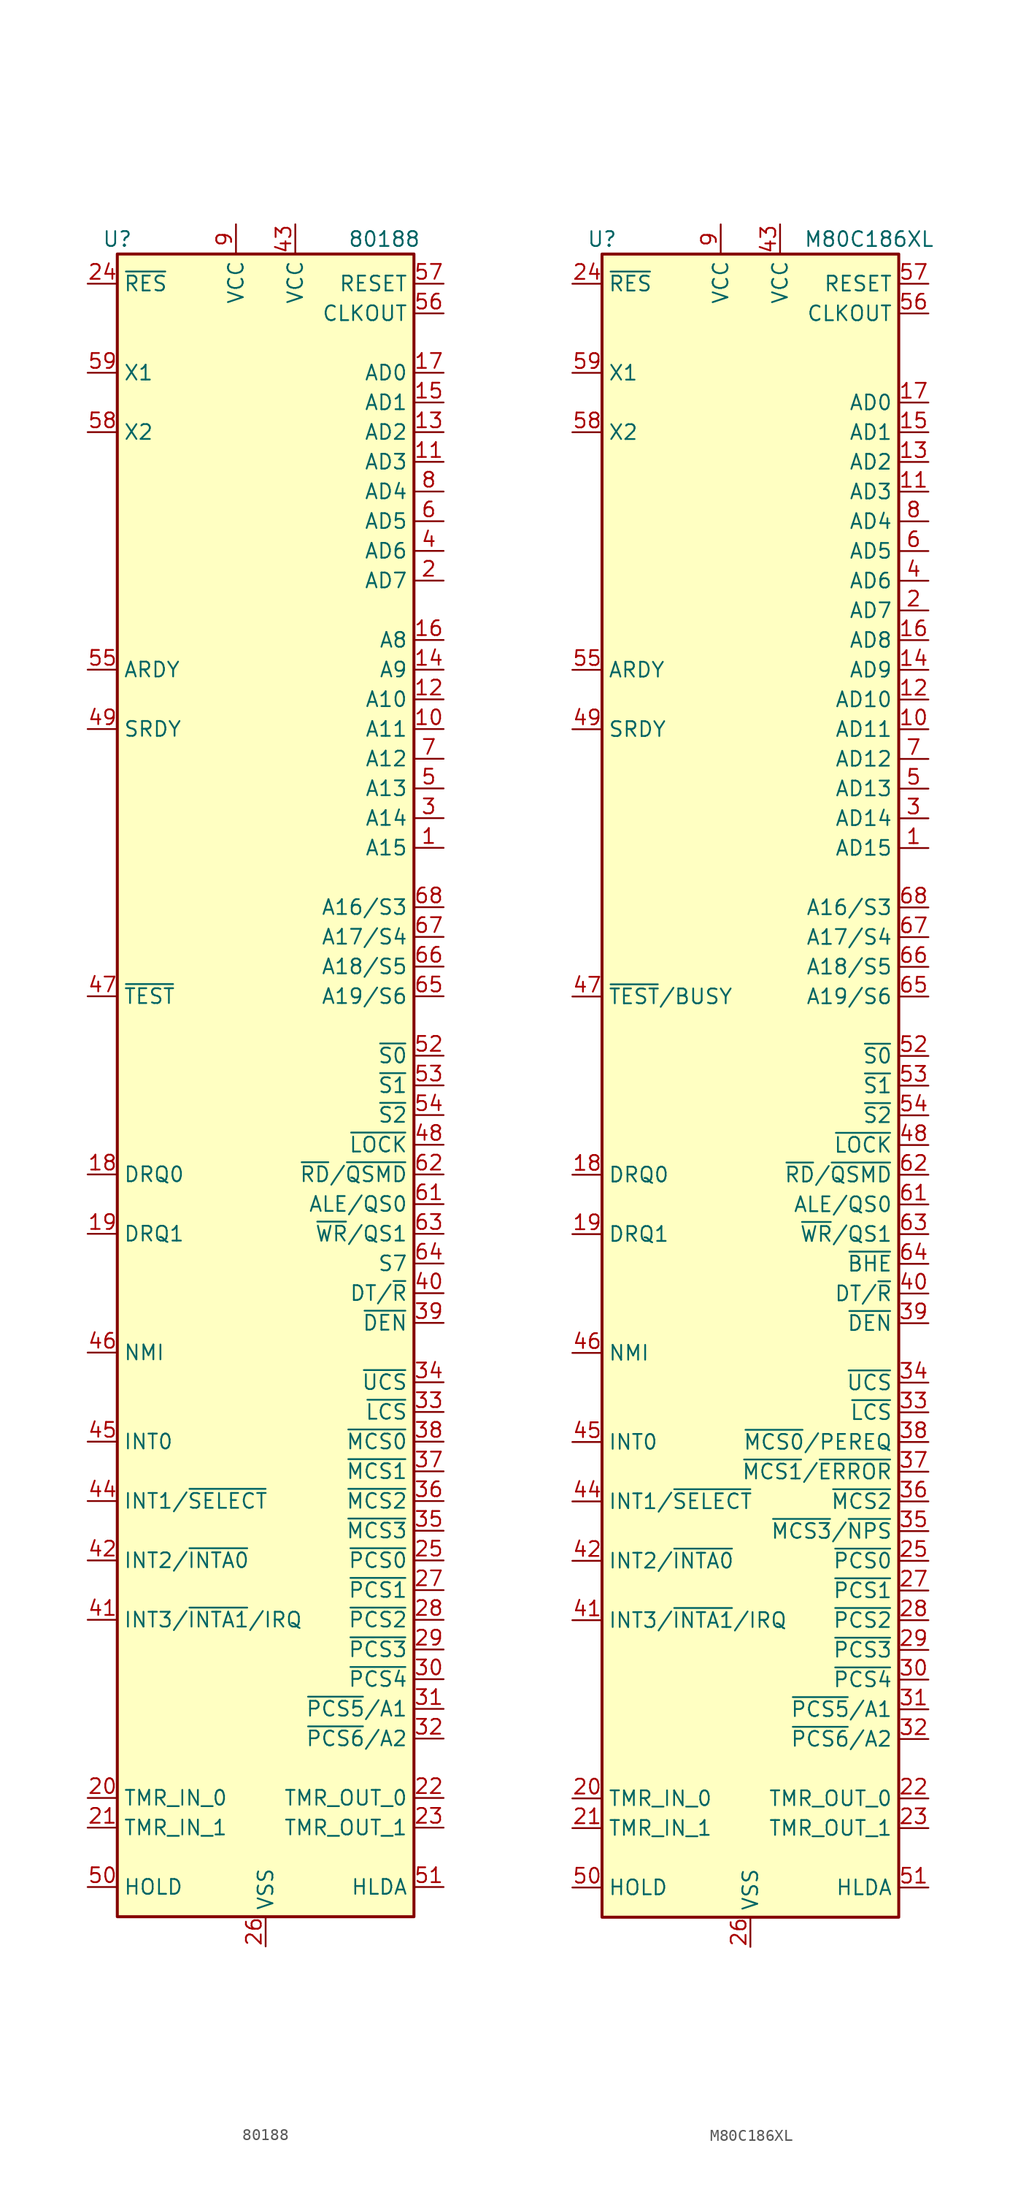
<source format=kicad_sym>
(kicad_symbol_lib
  (version 20201005)
  (generator kicad_symbol_editor)
  (symbol "80188"
    (property "Reference" "U"
      (at -12.7 72.39 0)
      (effects (font (size 1.27 1.27))))
    (property "Value" "80188"
      (at 10.16 72.39 0)
      (effects (font (size 1.27 1.27))))
    (symbol "80188_0_1"
      (rectangle (start 12.7 -71.12) (end -12.7 71.12) (stroke (width 0.254)) (fill (type background))))
    (symbol "80188_1_1"
      (pin output line (at 15.24 20.32 180) (length 2.54) (name "A15" (effects (font (size 1.27 1.27)))) (number "1" (effects (font (size 1.27 1.27)))))
      (pin output line (at 15.24 30.48 180) (length 2.54) (name "A11" (effects (font (size 1.27 1.27)))) (number "10" (effects (font (size 1.27 1.27)))))
      (pin bidirectional line (at 15.24 53.34 180) (length 2.54) (name "AD3" (effects (font (size 1.27 1.27)))) (number "11" (effects (font (size 1.27 1.27)))))
      (pin output line (at 15.24 33.02 180) (length 2.54) (name "A10" (effects (font (size 1.27 1.27)))) (number "12" (effects (font (size 1.27 1.27)))))
      (pin bidirectional line (at 15.24 55.88 180) (length 2.54) (name "AD2" (effects (font (size 1.27 1.27)))) (number "13" (effects (font (size 1.27 1.27)))))
      (pin output line (at 15.24 35.56 180) (length 2.54) (name "A9" (effects (font (size 1.27 1.27)))) (number "14" (effects (font (size 1.27 1.27)))))
      (pin bidirectional line (at 15.24 58.42 180) (length 2.54) (name "AD1" (effects (font (size 1.27 1.27)))) (number "15" (effects (font (size 1.27 1.27)))))
      (pin output line (at 15.24 38.1 180) (length 2.54) (name "A8" (effects (font (size 1.27 1.27)))) (number "16" (effects (font (size 1.27 1.27)))))
      (pin bidirectional line (at 15.24 60.96 180) (length 2.54) (name "AD0" (effects (font (size 1.27 1.27)))) (number "17" (effects (font (size 1.27 1.27)))))
      (pin input line (at -15.24 -7.62 0) (length 2.54) (name "DRQ0" (effects (font (size 1.27 1.27)))) (number "18" (effects (font (size 1.27 1.27)))))
      (pin input line (at -15.24 -12.7 0) (length 2.54) (name "DRQ1" (effects (font (size 1.27 1.27)))) (number "19" (effects (font (size 1.27 1.27)))))
      (pin bidirectional line (at 15.24 43.18 180) (length 2.54) (name "AD7" (effects (font (size 1.27 1.27)))) (number "2" (effects (font (size 1.27 1.27)))))
      (pin input line (at -15.24 -60.96 0) (length 2.54) (name "TMR_IN_0" (effects (font (size 1.27 1.27)))) (number "20" (effects (font (size 1.27 1.27)))))
      (pin input line (at -15.24 -63.5 0) (length 2.54) (name "TMR_IN_1" (effects (font (size 1.27 1.27)))) (number "21" (effects (font (size 1.27 1.27)))))
      (pin output line (at 15.24 -60.96 180) (length 2.54) (name "TMR_OUT_0" (effects (font (size 1.27 1.27)))) (number "22" (effects (font (size 1.27 1.27)))))
      (pin output line (at 15.24 -63.5 180) (length 2.54) (name "TMR_OUT_1" (effects (font (size 1.27 1.27)))) (number "23" (effects (font (size 1.27 1.27)))))
      (pin input line (at -15.24 68.58 0) (length 2.54) (name "~RES~" (effects (font (size 1.27 1.27)))) (number "24" (effects (font (size 1.27 1.27)))))
      (pin output line (at 15.24 -40.64 180) (length 2.54) (name "~PCS0~" (effects (font (size 1.27 1.27)))) (number "25" (effects (font (size 1.27 1.27)))))
      (pin power_in line (at 0 -73.66 90) (length 2.54) (name "VSS" (effects (font (size 1.27 1.27)))) (number "26" (effects (font (size 1.27 1.27)))))
      (pin output line (at 15.24 -43.18 180) (length 2.54) (name "~PCS1~" (effects (font (size 1.27 1.27)))) (number "27" (effects (font (size 1.27 1.27)))))
      (pin output line (at 15.24 -45.72 180) (length 2.54) (name "~PCS2~" (effects (font (size 1.27 1.27)))) (number "28" (effects (font (size 1.27 1.27)))))
      (pin output line (at 15.24 -48.26 180) (length 2.54) (name "~PCS3~" (effects (font (size 1.27 1.27)))) (number "29" (effects (font (size 1.27 1.27)))))
      (pin output line (at 15.24 22.86 180) (length 2.54) (name "A14" (effects (font (size 1.27 1.27)))) (number "3" (effects (font (size 1.27 1.27)))))
      (pin output line (at 15.24 -50.8 180) (length 2.54) (name "~PCS4~" (effects (font (size 1.27 1.27)))) (number "30" (effects (font (size 1.27 1.27)))))
      (pin output line (at 15.24 -53.34 180) (length 2.54) (name "~PCS5~/A1" (effects (font (size 1.27 1.27)))) (number "31" (effects (font (size 1.27 1.27)))))
      (pin output line (at 15.24 -55.88 180) (length 2.54) (name "~PCS6~/A2" (effects (font (size 1.27 1.27)))) (number "32" (effects (font (size 1.27 1.27)))))
      (pin output line (at 15.24 -27.94 180) (length 2.54) (name "~LCS~" (effects (font (size 1.27 1.27)))) (number "33" (effects (font (size 1.27 1.27)))))
      (pin output line (at 15.24 -25.4 180) (length 2.54) (name "~UCS~" (effects (font (size 1.27 1.27)))) (number "34" (effects (font (size 1.27 1.27)))))
      (pin output line (at 15.24 -38.1 180) (length 2.54) (name "~MCS3~" (effects (font (size 1.27 1.27)))) (number "35" (effects (font (size 1.27 1.27)))))
      (pin output line (at 15.24 -35.56 180) (length 2.54) (name "~MCS2~" (effects (font (size 1.27 1.27)))) (number "36" (effects (font (size 1.27 1.27)))))
      (pin output line (at 15.24 -33.02 180) (length 2.54) (name "~MCS1~" (effects (font (size 1.27 1.27)))) (number "37" (effects (font (size 1.27 1.27)))))
      (pin output line (at 15.24 -30.48 180) (length 2.54) (name "~MCS0~" (effects (font (size 1.27 1.27)))) (number "38" (effects (font (size 1.27 1.27)))))
      (pin output line (at 15.24 -20.32 180) (length 2.54) (name "~DEN~" (effects (font (size 1.27 1.27)))) (number "39" (effects (font (size 1.27 1.27)))))
      (pin bidirectional line (at 15.24 45.72 180) (length 2.54) (name "AD6" (effects (font (size 1.27 1.27)))) (number "4" (effects (font (size 1.27 1.27)))))
      (pin output line (at 15.24 -17.78 180) (length 2.54) (name "DT/~R~" (effects (font (size 1.27 1.27)))) (number "40" (effects (font (size 1.27 1.27)))))
      (pin bidirectional line (at -15.24 -45.72 0) (length 2.54) (name "INT3/~INTA1~/IRQ" (effects (font (size 1.27 1.27)))) (number "41" (effects (font (size 1.27 1.27)))))
      (pin bidirectional line (at -15.24 -40.64 0) (length 2.54) (name "INT2/~INTA0~" (effects (font (size 1.27 1.27)))) (number "42" (effects (font (size 1.27 1.27)))))
      (pin power_in line (at 2.54 73.66 270) (length 2.54) (name "VCC" (effects (font (size 1.27 1.27)))) (number "43" (effects (font (size 1.27 1.27)))))
      (pin input line (at -15.24 -35.56 0) (length 2.54) (name "INT1/~SELECT~" (effects (font (size 1.27 1.27)))) (number "44" (effects (font (size 1.27 1.27)))))
      (pin input line (at -15.24 -30.48 0) (length 2.54) (name "INT0" (effects (font (size 1.27 1.27)))) (number "45" (effects (font (size 1.27 1.27)))))
      (pin input line (at -15.24 -22.86 0) (length 2.54) (name "NMI" (effects (font (size 1.27 1.27)))) (number "46" (effects (font (size 1.27 1.27)))))
      (pin bidirectional line (at -15.24 7.62 0) (length 2.54) (name "~TEST~" (effects (font (size 1.27 1.27)))) (number "47" (effects (font (size 1.27 1.27)))))
      (pin output line (at 15.24 -5.08 180) (length 2.54) (name "~LOCK~" (effects (font (size 1.27 1.27)))) (number "48" (effects (font (size 1.27 1.27)))))
      (pin input line (at -15.24 30.48 0) (length 2.54) (name "SRDY" (effects (font (size 1.27 1.27)))) (number "49" (effects (font (size 1.27 1.27)))))
      (pin output line (at 15.24 25.4 180) (length 2.54) (name "A13" (effects (font (size 1.27 1.27)))) (number "5" (effects (font (size 1.27 1.27)))))
      (pin input line (at -15.24 -68.58 0) (length 2.54) (name "HOLD" (effects (font (size 1.27 1.27)))) (number "50" (effects (font (size 1.27 1.27)))))
      (pin output line (at 15.24 -68.58 180) (length 2.54) (name "HLDA" (effects (font (size 1.27 1.27)))) (number "51" (effects (font (size 1.27 1.27)))))
      (pin output line (at 15.24 2.54 180) (length 2.54) (name "~S0~" (effects (font (size 1.27 1.27)))) (number "52" (effects (font (size 1.27 1.27)))))
      (pin output line (at 15.24 0 180) (length 2.54) (name "~S1~" (effects (font (size 1.27 1.27)))) (number "53" (effects (font (size 1.27 1.27)))))
      (pin output line (at 15.24 -2.54 180) (length 2.54) (name "~S2~" (effects (font (size 1.27 1.27)))) (number "54" (effects (font (size 1.27 1.27)))))
      (pin input line (at -15.24 35.56 0) (length 2.54) (name "ARDY" (effects (font (size 1.27 1.27)))) (number "55" (effects (font (size 1.27 1.27)))))
      (pin output line (at 15.24 66.04 180) (length 2.54) (name "CLKOUT" (effects (font (size 1.27 1.27)))) (number "56" (effects (font (size 1.27 1.27)))))
      (pin output line (at 15.24 68.58 180) (length 2.54) (name "RESET" (effects (font (size 1.27 1.27)))) (number "57" (effects (font (size 1.27 1.27)))))
      (pin output line (at -15.24 55.88 0) (length 2.54) (name "X2" (effects (font (size 1.27 1.27)))) (number "58" (effects (font (size 1.27 1.27)))))
      (pin input line (at -15.24 60.96 0) (length 2.54) (name "X1" (effects (font (size 1.27 1.27)))) (number "59" (effects (font (size 1.27 1.27)))))
      (pin bidirectional line (at 15.24 48.26 180) (length 2.54) (name "AD5" (effects (font (size 1.27 1.27)))) (number "6" (effects (font (size 1.27 1.27)))))
      (pin passive line (at 0 -73.66 90) (length 2.54) hide (name "VSS" (effects (font (size 1.27 1.27)))) (number "60" (effects (font (size 1.27 1.27)))))
      (pin output line (at 15.24 -10.16 180) (length 2.54) (name "ALE/QS0" (effects (font (size 1.27 1.27)))) (number "61" (effects (font (size 1.27 1.27)))))
      (pin bidirectional line (at 15.24 -7.62 180) (length 2.54) (name "~RD~/~QSMD~" (effects (font (size 1.27 1.27)))) (number "62" (effects (font (size 1.27 1.27)))))
      (pin output line (at 15.24 -12.7 180) (length 2.54) (name "~WR~/QS1" (effects (font (size 1.27 1.27)))) (number "63" (effects (font (size 1.27 1.27)))))
      (pin output line (at 15.24 -15.24 180) (length 2.54) (name "S7" (effects (font (size 1.27 1.27)))) (number "64" (effects (font (size 1.27 1.27)))))
      (pin output line (at 15.24 7.62 180) (length 2.54) (name "A19/S6" (effects (font (size 1.27 1.27)))) (number "65" (effects (font (size 1.27 1.27)))))
      (pin output line (at 15.24 10.16 180) (length 2.54) (name "A18/S5" (effects (font (size 1.27 1.27)))) (number "66" (effects (font (size 1.27 1.27)))))
      (pin output line (at 15.24 12.7 180) (length 2.54) (name "A17/S4" (effects (font (size 1.27 1.27)))) (number "67" (effects (font (size 1.27 1.27)))))
      (pin output line (at 15.24 15.24 180) (length 2.54) (name "A16/S3" (effects (font (size 1.27 1.27)))) (number "68" (effects (font (size 1.27 1.27)))))
      (pin output line (at 15.24 27.94 180) (length 2.54) (name "A12" (effects (font (size 1.27 1.27)))) (number "7" (effects (font (size 1.27 1.27)))))
      (pin bidirectional line (at 15.24 50.8 180) (length 2.54) (name "AD4" (effects (font (size 1.27 1.27)))) (number "8" (effects (font (size 1.27 1.27)))))
      (pin power_in line (at -2.54 73.66 270) (length 2.54) (name "VCC" (effects (font (size 1.27 1.27)))) (number "9" (effects (font (size 1.27 1.27)))))))
  (symbol "M80C186XL"
    (property "Reference" "U"
      (at -12.7 72.39 0)
      (effects (font (size 1.27 1.27))))
    (property "Value" "M80C186XL"
      (at 10.16 72.39 0)
      (effects (font (size 1.27 1.27))))
    (symbol "M80C186XL_0_1"
      (rectangle (start 12.7 -71.12) (end -12.7 71.12) (stroke (width 0.254)) (fill (type background))))
    (symbol "M80C186XL_1_1"
      (pin bidirectional line (at 15.24 20.32 180) (length 2.54) (name "AD15" (effects (font (size 1.27 1.27)))) (number "1" (effects (font (size 1.27 1.27)))))
      (pin bidirectional line (at 15.24 30.48 180) (length 2.54) (name "AD11" (effects (font (size 1.27 1.27)))) (number "10" (effects (font (size 1.27 1.27)))))
      (pin bidirectional line (at 15.24 50.8 180) (length 2.54) (name "AD3" (effects (font (size 1.27 1.27)))) (number "11" (effects (font (size 1.27 1.27)))))
      (pin bidirectional line (at 15.24 33.02 180) (length 2.54) (name "AD10" (effects (font (size 1.27 1.27)))) (number "12" (effects (font (size 1.27 1.27)))))
      (pin bidirectional line (at 15.24 53.34 180) (length 2.54) (name "AD2" (effects (font (size 1.27 1.27)))) (number "13" (effects (font (size 1.27 1.27)))))
      (pin bidirectional line (at 15.24 35.56 180) (length 2.54) (name "AD9" (effects (font (size 1.27 1.27)))) (number "14" (effects (font (size 1.27 1.27)))))
      (pin bidirectional line (at 15.24 55.88 180) (length 2.54) (name "AD1" (effects (font (size 1.27 1.27)))) (number "15" (effects (font (size 1.27 1.27)))))
      (pin bidirectional line (at 15.24 38.1 180) (length 2.54) (name "AD8" (effects (font (size 1.27 1.27)))) (number "16" (effects (font (size 1.27 1.27)))))
      (pin bidirectional line (at 15.24 58.42 180) (length 2.54) (name "AD0" (effects (font (size 1.27 1.27)))) (number "17" (effects (font (size 1.27 1.27)))))
      (pin input line (at -15.24 -7.62 0) (length 2.54) (name "DRQ0" (effects (font (size 1.27 1.27)))) (number "18" (effects (font (size 1.27 1.27)))))
      (pin input line (at -15.24 -12.7 0) (length 2.54) (name "DRQ1" (effects (font (size 1.27 1.27)))) (number "19" (effects (font (size 1.27 1.27)))))
      (pin bidirectional line (at 15.24 40.64 180) (length 2.54) (name "AD7" (effects (font (size 1.27 1.27)))) (number "2" (effects (font (size 1.27 1.27)))))
      (pin input line (at -15.24 -60.96 0) (length 2.54) (name "TMR_IN_0" (effects (font (size 1.27 1.27)))) (number "20" (effects (font (size 1.27 1.27)))))
      (pin input line (at -15.24 -63.5 0) (length 2.54) (name "TMR_IN_1" (effects (font (size 1.27 1.27)))) (number "21" (effects (font (size 1.27 1.27)))))
      (pin output line (at 15.24 -60.96 180) (length 2.54) (name "TMR_OUT_0" (effects (font (size 1.27 1.27)))) (number "22" (effects (font (size 1.27 1.27)))))
      (pin output line (at 15.24 -63.5 180) (length 2.54) (name "TMR_OUT_1" (effects (font (size 1.27 1.27)))) (number "23" (effects (font (size 1.27 1.27)))))
      (pin input line (at -15.24 68.58 0) (length 2.54) (name "~RES~" (effects (font (size 1.27 1.27)))) (number "24" (effects (font (size 1.27 1.27)))))
      (pin output line (at 15.24 -40.64 180) (length 2.54) (name "~PCS0~" (effects (font (size 1.27 1.27)))) (number "25" (effects (font (size 1.27 1.27)))))
      (pin power_in line (at 0 -73.66 90) (length 2.54) (name "VSS" (effects (font (size 1.27 1.27)))) (number "26" (effects (font (size 1.27 1.27)))))
      (pin output line (at 15.24 -43.18 180) (length 2.54) (name "~PCS1~" (effects (font (size 1.27 1.27)))) (number "27" (effects (font (size 1.27 1.27)))))
      (pin output line (at 15.24 -45.72 180) (length 2.54) (name "~PCS2~" (effects (font (size 1.27 1.27)))) (number "28" (effects (font (size 1.27 1.27)))))
      (pin output line (at 15.24 -48.26 180) (length 2.54) (name "~PCS3~" (effects (font (size 1.27 1.27)))) (number "29" (effects (font (size 1.27 1.27)))))
      (pin bidirectional line (at 15.24 22.86 180) (length 2.54) (name "AD14" (effects (font (size 1.27 1.27)))) (number "3" (effects (font (size 1.27 1.27)))))
      (pin output line (at 15.24 -50.8 180) (length 2.54) (name "~PCS4~" (effects (font (size 1.27 1.27)))) (number "30" (effects (font (size 1.27 1.27)))))
      (pin output line (at 15.24 -53.34 180) (length 2.54) (name "~PCS5~/A1" (effects (font (size 1.27 1.27)))) (number "31" (effects (font (size 1.27 1.27)))))
      (pin output line (at 15.24 -55.88 180) (length 2.54) (name "~PCS6~/A2" (effects (font (size 1.27 1.27)))) (number "32" (effects (font (size 1.27 1.27)))))
      (pin bidirectional line (at 15.24 -27.94 180) (length 2.54) (name "~LCS~" (effects (font (size 1.27 1.27)))) (number "33" (effects (font (size 1.27 1.27)))))
      (pin bidirectional line (at 15.24 -25.4 180) (length 2.54) (name "~UCS~" (effects (font (size 1.27 1.27)))) (number "34" (effects (font (size 1.27 1.27)))))
      (pin output line (at 15.24 -38.1 180) (length 2.54) (name "~MCS3~/~NPS~" (effects (font (size 1.27 1.27)))) (number "35" (effects (font (size 1.27 1.27)))))
      (pin output line (at 15.24 -35.56 180) (length 2.54) (name "~MCS2~" (effects (font (size 1.27 1.27)))) (number "36" (effects (font (size 1.27 1.27)))))
      (pin bidirectional line (at 15.24 -33.02 180) (length 2.54) (name "~MCS1~/~ERROR~" (effects (font (size 1.27 1.27)))) (number "37" (effects (font (size 1.27 1.27)))))
      (pin bidirectional line (at 15.24 -30.48 180) (length 2.54) (name "~MCS0~/PEREQ" (effects (font (size 1.27 1.27)))) (number "38" (effects (font (size 1.27 1.27)))))
      (pin output line (at 15.24 -20.32 180) (length 2.54) (name "~DEN~" (effects (font (size 1.27 1.27)))) (number "39" (effects (font (size 1.27 1.27)))))
      (pin bidirectional line (at 15.24 43.18 180) (length 2.54) (name "AD6" (effects (font (size 1.27 1.27)))) (number "4" (effects (font (size 1.27 1.27)))))
      (pin output line (at 15.24 -17.78 180) (length 2.54) (name "DT/~R~" (effects (font (size 1.27 1.27)))) (number "40" (effects (font (size 1.27 1.27)))))
      (pin bidirectional line (at -15.24 -45.72 0) (length 2.54) (name "INT3/~INTA1~/IRQ" (effects (font (size 1.27 1.27)))) (number "41" (effects (font (size 1.27 1.27)))))
      (pin bidirectional line (at -15.24 -40.64 0) (length 2.54) (name "INT2/~INTA0~" (effects (font (size 1.27 1.27)))) (number "42" (effects (font (size 1.27 1.27)))))
      (pin power_in line (at 2.54 73.66 270) (length 2.54) (name "VCC" (effects (font (size 1.27 1.27)))) (number "43" (effects (font (size 1.27 1.27)))))
      (pin input line (at -15.24 -35.56 0) (length 2.54) (name "INT1/~SELECT~" (effects (font (size 1.27 1.27)))) (number "44" (effects (font (size 1.27 1.27)))))
      (pin input line (at -15.24 -30.48 0) (length 2.54) (name "INT0" (effects (font (size 1.27 1.27)))) (number "45" (effects (font (size 1.27 1.27)))))
      (pin input line (at -15.24 -22.86 0) (length 2.54) (name "NMI" (effects (font (size 1.27 1.27)))) (number "46" (effects (font (size 1.27 1.27)))))
      (pin bidirectional line (at -15.24 7.62 0) (length 2.54) (name "~TEST~/BUSY" (effects (font (size 1.27 1.27)))) (number "47" (effects (font (size 1.27 1.27)))))
      (pin output line (at 15.24 -5.08 180) (length 2.54) (name "~LOCK~" (effects (font (size 1.27 1.27)))) (number "48" (effects (font (size 1.27 1.27)))))
      (pin input line (at -15.24 30.48 0) (length 2.54) (name "SRDY" (effects (font (size 1.27 1.27)))) (number "49" (effects (font (size 1.27 1.27)))))
      (pin bidirectional line (at 15.24 25.4 180) (length 2.54) (name "AD13" (effects (font (size 1.27 1.27)))) (number "5" (effects (font (size 1.27 1.27)))))
      (pin input line (at -15.24 -68.58 0) (length 2.54) (name "HOLD" (effects (font (size 1.27 1.27)))) (number "50" (effects (font (size 1.27 1.27)))))
      (pin output line (at 15.24 -68.58 180) (length 2.54) (name "HLDA" (effects (font (size 1.27 1.27)))) (number "51" (effects (font (size 1.27 1.27)))))
      (pin output line (at 15.24 2.54 180) (length 2.54) (name "~S0~" (effects (font (size 1.27 1.27)))) (number "52" (effects (font (size 1.27 1.27)))))
      (pin output line (at 15.24 0 180) (length 2.54) (name "~S1~" (effects (font (size 1.27 1.27)))) (number "53" (effects (font (size 1.27 1.27)))))
      (pin output line (at 15.24 -2.54 180) (length 2.54) (name "~S2~" (effects (font (size 1.27 1.27)))) (number "54" (effects (font (size 1.27 1.27)))))
      (pin input line (at -15.24 35.56 0) (length 2.54) (name "ARDY" (effects (font (size 1.27 1.27)))) (number "55" (effects (font (size 1.27 1.27)))))
      (pin output line (at 15.24 66.04 180) (length 2.54) (name "CLKOUT" (effects (font (size 1.27 1.27)))) (number "56" (effects (font (size 1.27 1.27)))))
      (pin output line (at 15.24 68.58 180) (length 2.54) (name "RESET" (effects (font (size 1.27 1.27)))) (number "57" (effects (font (size 1.27 1.27)))))
      (pin output line (at -15.24 55.88 0) (length 2.54) (name "X2" (effects (font (size 1.27 1.27)))) (number "58" (effects (font (size 1.27 1.27)))))
      (pin input line (at -15.24 60.96 0) (length 2.54) (name "X1" (effects (font (size 1.27 1.27)))) (number "59" (effects (font (size 1.27 1.27)))))
      (pin bidirectional line (at 15.24 45.72 180) (length 2.54) (name "AD5" (effects (font (size 1.27 1.27)))) (number "6" (effects (font (size 1.27 1.27)))))
      (pin passive line (at 0 -73.66 90) (length 2.54) hide (name "VSS" (effects (font (size 1.27 1.27)))) (number "60" (effects (font (size 1.27 1.27)))))
      (pin output line (at 15.24 -10.16 180) (length 2.54) (name "ALE/QS0" (effects (font (size 1.27 1.27)))) (number "61" (effects (font (size 1.27 1.27)))))
      (pin bidirectional line (at 15.24 -7.62 180) (length 2.54) (name "~RD~/~QSMD~" (effects (font (size 1.27 1.27)))) (number "62" (effects (font (size 1.27 1.27)))))
      (pin output line (at 15.24 -12.7 180) (length 2.54) (name "~WR~/QS1" (effects (font (size 1.27 1.27)))) (number "63" (effects (font (size 1.27 1.27)))))
      (pin output line (at 15.24 -15.24 180) (length 2.54) (name "~BHE~" (effects (font (size 1.27 1.27)))) (number "64" (effects (font (size 1.27 1.27)))))
      (pin output line (at 15.24 7.62 180) (length 2.54) (name "A19/S6" (effects (font (size 1.27 1.27)))) (number "65" (effects (font (size 1.27 1.27)))))
      (pin output line (at 15.24 10.16 180) (length 2.54) (name "A18/S5" (effects (font (size 1.27 1.27)))) (number "66" (effects (font (size 1.27 1.27)))))
      (pin output line (at 15.24 12.7 180) (length 2.54) (name "A17/S4" (effects (font (size 1.27 1.27)))) (number "67" (effects (font (size 1.27 1.27)))))
      (pin output line (at 15.24 15.24 180) (length 2.54) (name "A16/S3" (effects (font (size 1.27 1.27)))) (number "68" (effects (font (size 1.27 1.27)))))
      (pin bidirectional line (at 15.24 27.94 180) (length 2.54) (name "AD12" (effects (font (size 1.27 1.27)))) (number "7" (effects (font (size 1.27 1.27)))))
      (pin bidirectional line (at 15.24 48.26 180) (length 2.54) (name "AD4" (effects (font (size 1.27 1.27)))) (number "8" (effects (font (size 1.27 1.27)))))
      (pin power_in line (at -2.54 73.66 270) (length 2.54) (name "VCC" (effects (font (size 1.27 1.27)))) (number "9" (effects (font (size 1.27 1.27))))))))
</source>
